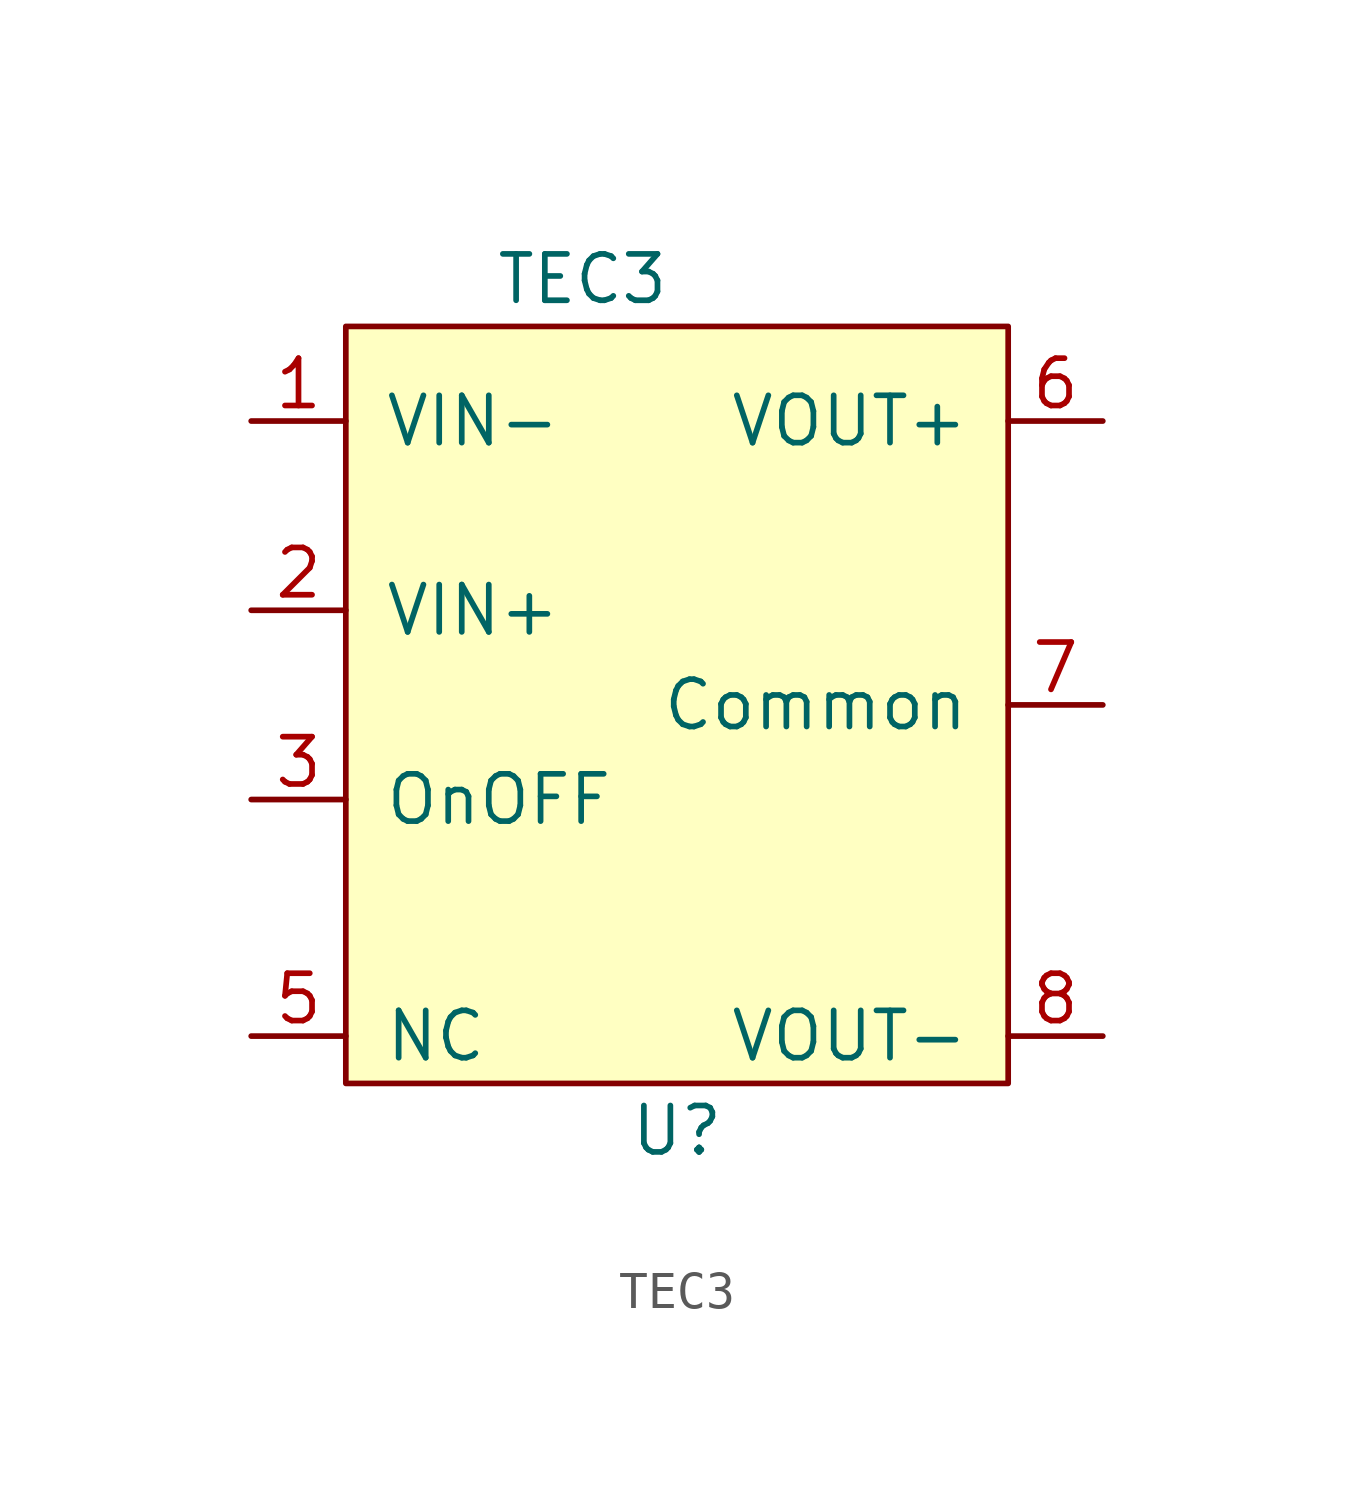
<source format=kicad_sym>
(kicad_symbol_lib
  (version 20241209)
  (generator "kicad_symbol_editor")
  (generator_version "9.0")
  (symbol "TEC3"
    (pin_names
      (offset 1.016))
    (property "Reference" "U"
      (at 0 0 0)
      (effects (font (size 1.245 1.245))))
    (property "Value" "TEC3"
      (at -2.54 22.86 0)
      (effects (font (size 1.245 1.245))))
    (symbol "TEC3_0_1"
      (rectangle (start -8.89 21.59) (end 8.89 1.27) (stroke (width 0) (type solid)) (fill (type background))))
    (symbol "TEC3_1_1"
      (pin power_in line (at -11.43 19.05 0) (length 2.54) (name "VIN-" (effects (font (size 1.27 1.27)))) (number "1" (effects (font (size 1.27 1.27)))))
      (pin power_in line (at -11.43 13.97 0) (length 2.54) (name "VIN+" (effects (font (size 1.27 1.27)))) (number "2" (effects (font (size 1.27 1.27)))))
      (pin power_in line (at -11.43 8.89 0) (length 2.54) (name "OnOFF" (effects (font (size 1.27 1.27)))) (number "3" (effects (font (size 1.27 1.27)))))
      (pin power_in line (at -11.43 2.54 0) (length 2.54) (name "NC" (effects (font (size 1.27 1.27)))) (number "5" (effects (font (size 1.27 1.27)))))
      (pin power_out line (at 11.43 19.05 180) (length 2.54) (name "VOUT+" (effects (font (size 1.27 1.27)))) (number "6" (effects (font (size 1.27 1.27)))))
      (pin power_out line (at 11.43 11.43 180) (length 2.54) (name "Common" (effects (font (size 1.27 1.27)))) (number "7" (effects (font (size 1.27 1.27)))))
      (pin power_out line (at 11.43 2.54 180) (length 2.54) (name "VOUT-" (effects (font (size 1.27 1.27)))) (number "8" (effects (font (size 1.27 1.27))))))))
</source>
